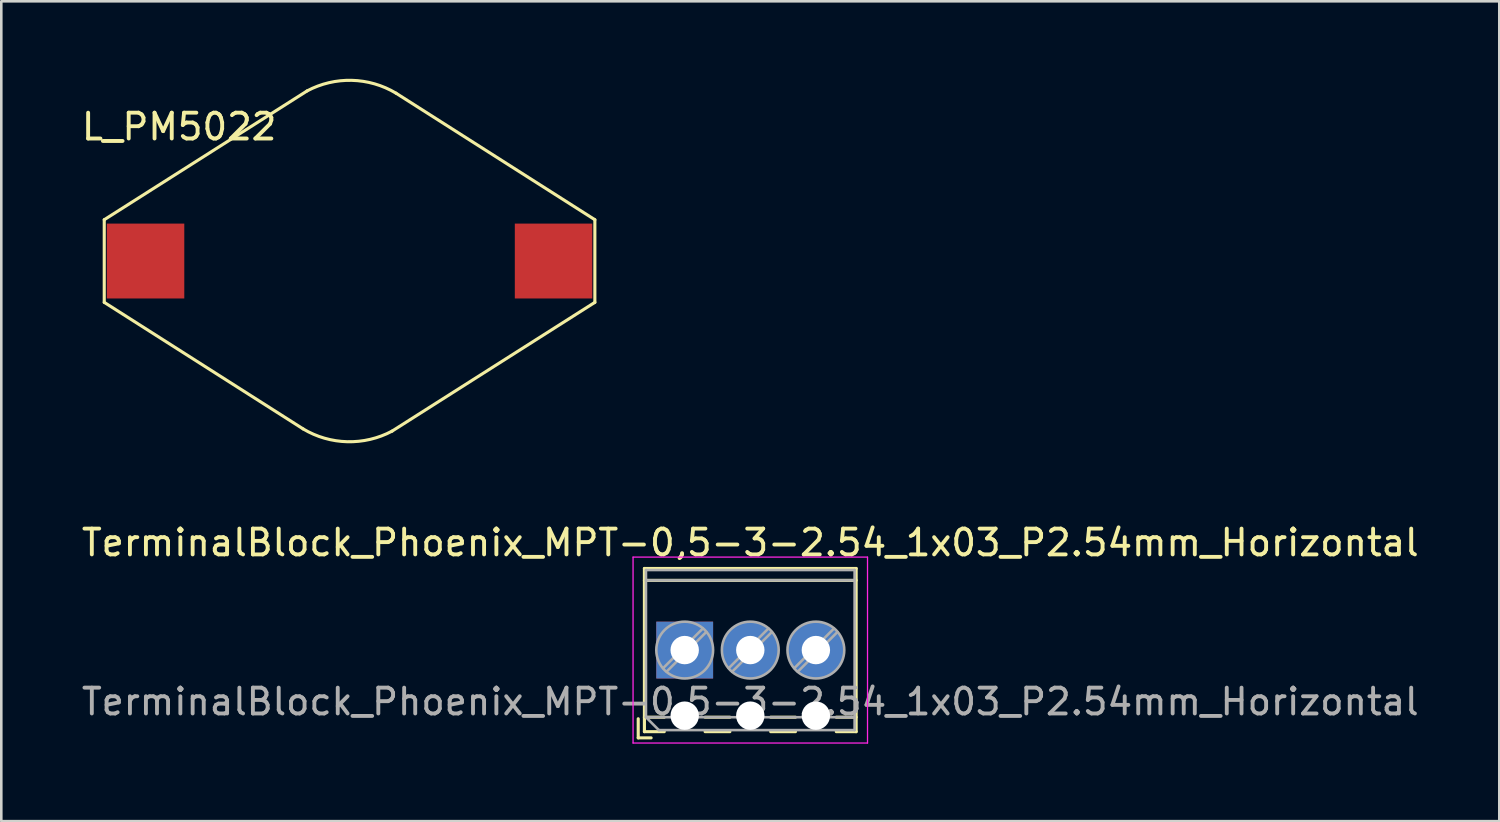
<source format=kicad_pcb>
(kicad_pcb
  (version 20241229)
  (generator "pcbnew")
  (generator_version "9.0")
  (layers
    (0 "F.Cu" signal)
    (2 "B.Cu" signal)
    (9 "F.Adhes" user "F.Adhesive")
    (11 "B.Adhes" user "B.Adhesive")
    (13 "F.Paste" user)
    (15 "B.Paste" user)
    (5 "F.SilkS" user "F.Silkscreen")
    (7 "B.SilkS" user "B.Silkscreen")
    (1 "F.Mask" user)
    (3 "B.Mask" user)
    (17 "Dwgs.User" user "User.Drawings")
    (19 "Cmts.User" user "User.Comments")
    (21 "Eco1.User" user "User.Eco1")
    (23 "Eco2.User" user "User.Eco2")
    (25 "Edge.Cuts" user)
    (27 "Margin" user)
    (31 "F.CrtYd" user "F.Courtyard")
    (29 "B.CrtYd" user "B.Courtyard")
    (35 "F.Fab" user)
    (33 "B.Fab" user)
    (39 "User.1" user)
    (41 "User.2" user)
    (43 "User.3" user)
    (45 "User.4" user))
  (footprint "TerminalBlock_Phoenix_MPT-0,5-3-2.54_1x03_P2.54mm_Horizontal"
    (layer "F.Cu")
    (at 23.466 22.125)
    (property "Reference" "TerminalBlock_Phoenix_MPT-0,5-3-2.54_1x03_P2.54mm_Horizontal" (at 2.54 -4.16 0) (layer "F.SilkS") (effects (font (size 1 1) (thickness 0.15))))
    (attr through_hole)
    (fp_line (start -1.8 2.66) (end -1.8 3.4) (stroke (width 0.12) (type solid)) (layer "F.SilkS"))
    (fp_line (start -1.8 3.4) (end -1.3 3.4) (stroke (width 0.12) (type solid)) (layer "F.SilkS"))
    (fp_line (start -1.56 -3.16) (end -1.56 3.16) (stroke (width 0.12) (type solid)) (layer "F.SilkS"))
    (fp_line (start -1.56 -3.16) (end 6.64 -3.16) (stroke (width 0.12) (type solid)) (layer "F.SilkS"))
    (fp_line (start -1.56 -2.7) (end 6.64 -2.7) (stroke (width 0.12) (type solid)) (layer "F.SilkS"))
    (fp_line (start -1.56 2.6) (end -0.79 2.6) (stroke (width 0.12) (type solid)) (layer "F.SilkS"))
    (fp_line (start -1.56 3.16) (end -0.79 3.16) (stroke (width 0.12) (type solid)) (layer "F.SilkS"))
    (fp_line (start 0.79 2.6) (end 1.75 2.6) (stroke (width 0.12) (type solid)) (layer "F.SilkS"))
    (fp_line (start 0.79 3.16) (end 1.75 3.16) (stroke (width 0.12) (type solid)) (layer "F.SilkS"))
    (fp_line (start 3.33 2.6) (end 4.29 2.6) (stroke (width 0.12) (type solid)) (layer "F.SilkS"))
    (fp_line (start 3.33 3.16) (end 4.29 3.16) (stroke (width 0.12) (type solid)) (layer "F.SilkS"))
    (fp_line (start 5.87 2.6) (end 6.64 2.6) (stroke (width 0.12) (type solid)) (layer "F.SilkS"))
    (fp_line (start 5.87 3.16) (end 6.64 3.16) (stroke (width 0.12) (type solid)) (layer "F.SilkS"))
    (fp_line (start 6.64 -3.16) (end 6.64 3.16) (stroke (width 0.12) (type solid)) (layer "F.SilkS"))
    (fp_line (start -2 -3.6) (end -2 3.6) (stroke (width 0.05) (type solid)) (layer "F.CrtYd"))
    (fp_line (start -2 3.6) (end 7.08 3.6) (stroke (width 0.05) (type solid)) (layer "F.CrtYd"))
    (fp_line (start 7.08 -3.6) (end -2 -3.6) (stroke (width 0.05) (type solid)) (layer "F.CrtYd"))
    (fp_line (start 7.08 3.6) (end 7.08 -3.6) (stroke (width 0.05) (type solid)) (layer "F.CrtYd"))
    (fp_line (start -1.5 -3.1) (end 6.58 -3.1) (stroke (width 0.1) (type solid)) (layer "F.Fab"))
    (fp_line (start -1.5 -2.7) (end 6.58 -2.7) (stroke (width 0.1) (type solid)) (layer "F.Fab"))
    (fp_line (start -1.5 2.6) (end -1.5 -3.1) (stroke (width 0.1) (type solid)) (layer "F.Fab"))
    (fp_line (start -1.5 2.6) (end 6.58 2.6) (stroke (width 0.1) (type solid)) (layer "F.Fab"))
    (fp_line (start -1 3.1) (end -1.5 2.6) (stroke (width 0.1) (type solid)) (layer "F.Fab"))
    (fp_line (start 0.701 -0.835) (end -0.835 0.7) (stroke (width 0.1) (type solid)) (layer "F.Fab"))
    (fp_line (start 0.835 -0.7) (end -0.701 0.835) (stroke (width 0.1) (type solid)) (layer "F.Fab"))
    (fp_line (start 3.241 -0.835) (end 1.706 0.7) (stroke (width 0.1) (type solid)) (layer "F.Fab"))
    (fp_line (start 3.375 -0.7) (end 1.84 0.835) (stroke (width 0.1) (type solid)) (layer "F.Fab"))
    (fp_line (start 5.781 -0.835) (end 4.246 0.7) (stroke (width 0.1) (type solid)) (layer "F.Fab"))
    (fp_line (start 5.915 -0.7) (end 4.38 0.835) (stroke (width 0.1) (type solid)) (layer "F.Fab"))
    (fp_line (start 6.58 -3.1) (end 6.58 3.1) (stroke (width 0.1) (type solid)) (layer "F.Fab"))
    (fp_line (start 6.58 3.1) (end -1 3.1) (stroke (width 0.1) (type solid)) (layer "F.Fab"))
    (fp_circle (center 0 0) (end 1.1 0) (stroke (width 0.1) (type solid)) (fill no) (layer "F.Fab"))
    (fp_circle (center 2.54 0) (end 3.64 0) (stroke (width 0.1) (type solid)) (fill no) (layer "F.Fab"))
    (fp_circle (center 5.08 0) (end 6.18 0) (stroke (width 0.1) (type solid)) (fill no) (layer "F.Fab"))
    (fp_text user "${REFERENCE}" (at 2.54 2 0) (layer "F.Fab") (effects (font (size 1 1) (thickness 0.15))))
    (pad "" np_thru_hole circle (at 0 2.54) (size 1.1 1.1) (drill 1.1) (layers "*.Cu" "*.Mask"))
    (pad "" np_thru_hole circle (at 2.54 2.54) (size 1.1 1.1) (drill 1.1) (layers "*.Cu" "*.Mask"))
    (pad "" np_thru_hole circle (at 5.08 2.54) (size 1.1 1.1) (drill 1.1) (layers "*.Cu" "*.Mask"))
    (pad "1" thru_hole rect (at 0 0) (size 2.2 2.2) (drill 1.1) (layers "*.Cu" "*.Mask"))
    (pad "2" thru_hole circle (at 2.54 0) (size 2.2 2.2) (drill 1.1) (layers "*.Cu" "*.Mask"))
    (pad "3" thru_hole circle (at 5.08 0) (size 2.2 2.2) (drill 1.1) (layers "*.Cu" "*.Mask")))
  (footprint "L_PM5022"
    (layer "F.Cu")
    (at 10.487 7.059)
    (property "Reference" "L_PM5022" (at -6.6 -5.2 0) (layer "F.SilkS") (effects (font (size 1 1) (thickness 0.15))))
    (attr through_hole)
    (fp_line (start -9.5 -1.6) (end -9.5 1.6) (stroke (width 0.12) (type solid)) (layer "F.SilkS"))
    (fp_line (start -9.5 -1.6) (end -1.646 -6.587) (stroke (width 0.12) (type solid)) (layer "F.SilkS"))
    (fp_line (start -9.5 1.6) (end -1.8 6.5) (stroke (width 0.12) (type solid)) (layer "F.SilkS"))
    (fp_line (start 1.646 6.587) (end 9.5 1.6) (stroke (width 0.12) (type solid)) (layer "F.SilkS"))
    (fp_line (start 9.5 -1.6) (end 1.8 -6.5) (stroke (width 0.12) (type solid)) (layer "F.SilkS"))
    (fp_line (start 9.5 -1.6) (end 9.5 1.6) (stroke (width 0.12) (type solid)) (layer "F.SilkS"))
    (fp_arc (start -1.646386 -6.586973) (mid 0.088263 -6.997456) (end 1.799999 -6.499999) (stroke (width 0.12) (type solid)) (layer "F.SilkS"))
    (fp_arc (start 1.646386 6.586973) (mid -0.088263 6.997456) (end -1.799999 6.499999) (stroke (width 0.12) (type solid)) (layer "F.SilkS"))
    (pad "1" smd rect (at -7.9 0) (size 3 2.9) (layers "F.Cu" "F.Mask" "F.Paste"))
    (pad "2" smd rect (at 7.9 0) (size 3 2.9) (layers "F.Cu" "F.Mask" "F.Paste")))
  (gr_rect
    (start -3 -3)
    (end 55.012 28.75)
    (stroke (width 0.1) (type default))
    (fill no)
    (layer "Edge.Cuts")))
</source>
